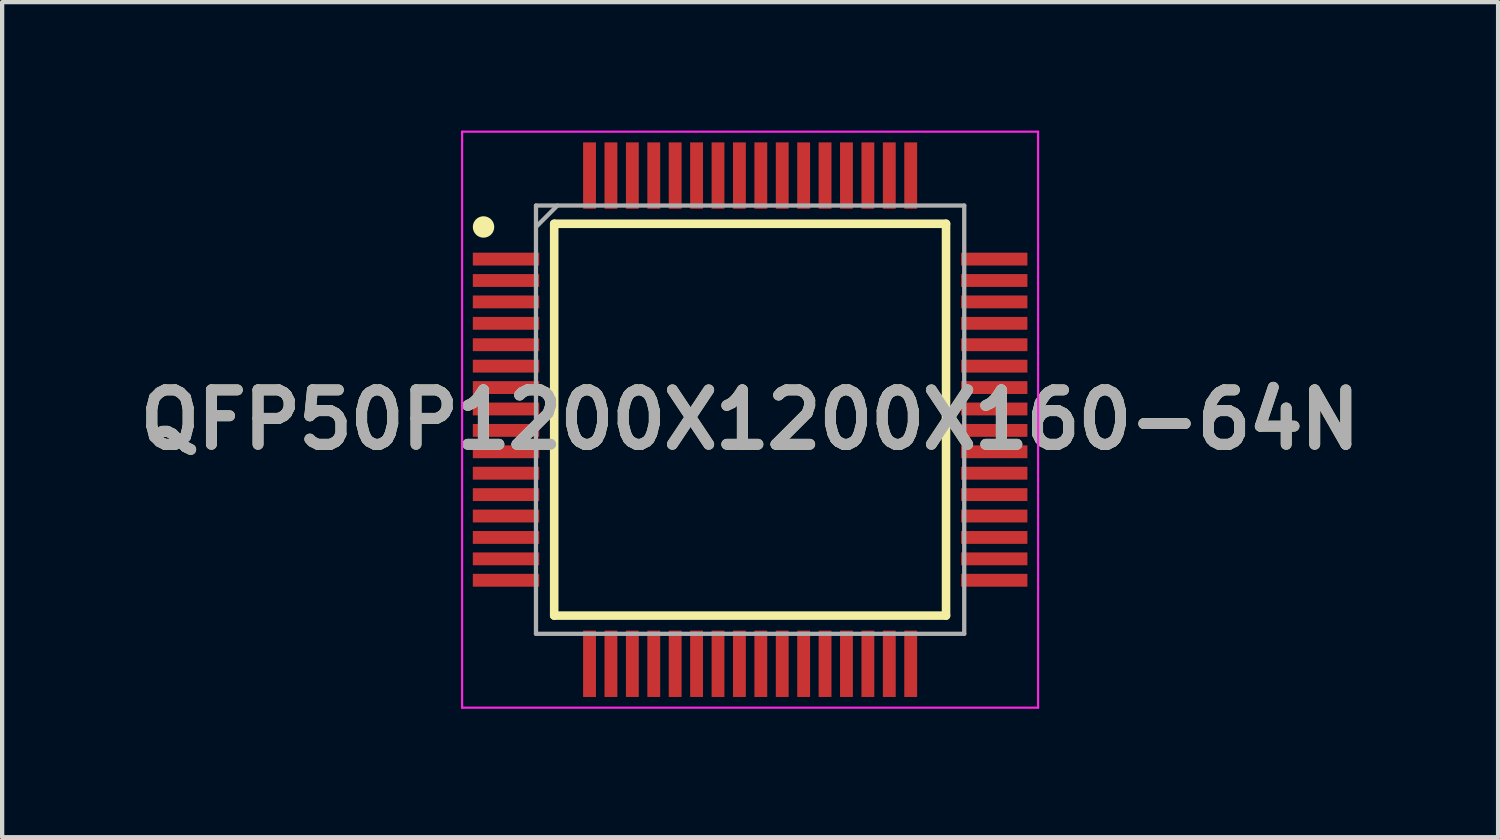
<source format=kicad_pcb>
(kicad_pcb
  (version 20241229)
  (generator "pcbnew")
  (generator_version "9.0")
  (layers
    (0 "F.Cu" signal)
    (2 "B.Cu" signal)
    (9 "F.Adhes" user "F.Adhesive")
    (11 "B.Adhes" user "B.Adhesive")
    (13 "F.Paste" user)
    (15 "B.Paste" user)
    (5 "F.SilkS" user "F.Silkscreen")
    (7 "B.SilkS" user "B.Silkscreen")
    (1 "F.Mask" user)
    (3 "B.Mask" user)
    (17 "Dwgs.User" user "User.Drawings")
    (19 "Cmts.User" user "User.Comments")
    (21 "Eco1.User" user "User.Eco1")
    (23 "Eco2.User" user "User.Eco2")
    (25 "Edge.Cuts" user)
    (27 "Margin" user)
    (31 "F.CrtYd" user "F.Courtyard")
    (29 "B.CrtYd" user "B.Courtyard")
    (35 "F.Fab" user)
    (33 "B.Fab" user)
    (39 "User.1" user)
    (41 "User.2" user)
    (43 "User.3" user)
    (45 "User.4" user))
  (footprint "QFP50P1200X1200X160-64N"
    (layer "F.Cu")
    (at 14.466 6.75)
    (property "Reference" "QFP50P1200X1200X160-64N" (at 0 0 0) (layer "F.SilkS") (effects (font (size 1.27 1.27) (thickness 0.254))))
    (attr smd)
    (fp_line (start -4.575 -4.575) (end 4.575 -4.575) (stroke (width 0.2) (type solid)) (layer "F.SilkS"))
    (fp_line (start -4.575 4.575) (end -4.575 -4.575) (stroke (width 0.2) (type solid)) (layer "F.SilkS"))
    (fp_line (start 4.575 -4.575) (end 4.575 4.575) (stroke (width 0.2) (type solid)) (layer "F.SilkS"))
    (fp_line (start 4.575 4.575) (end -4.575 4.575) (stroke (width 0.2) (type solid)) (layer "F.SilkS"))
    (fp_circle (center -6.225 -4.5) (end -6.225 -4.375) (stroke (width 0.25) (type solid)) (fill no) (layer "F.SilkS"))
    (fp_line (start -6.725 -6.725) (end 6.725 -6.725) (stroke (width 0.05) (type solid)) (layer "F.CrtYd"))
    (fp_line (start -6.725 6.725) (end -6.725 -6.725) (stroke (width 0.05) (type solid)) (layer "F.CrtYd"))
    (fp_line (start 6.725 -6.725) (end 6.725 6.725) (stroke (width 0.05) (type solid)) (layer "F.CrtYd"))
    (fp_line (start 6.725 6.725) (end -6.725 6.725) (stroke (width 0.05) (type solid)) (layer "F.CrtYd"))
    (fp_line (start -5 -5) (end 5 -5) (stroke (width 0.1) (type solid)) (layer "F.Fab"))
    (fp_line (start -5 -4.5) (end -4.5 -5) (stroke (width 0.1) (type solid)) (layer "F.Fab"))
    (fp_line (start -5 5) (end -5 -5) (stroke (width 0.1) (type solid)) (layer "F.Fab"))
    (fp_line (start 5 -5) (end 5 5) (stroke (width 0.1) (type solid)) (layer "F.Fab"))
    (fp_line (start 5 5) (end -5 5) (stroke (width 0.1) (type solid)) (layer "F.Fab"))
    (fp_text user "${REFERENCE}" (at 0 0 0) (layer "F.Fab") (effects (font (size 1.27 1.27) (thickness 0.254))))
    (pad "1" smd rect (at -5.7 -3.75 90) (size 0.3 1.55) (layers "F.Cu" "F.Mask" "F.Paste"))
    (pad "2" smd rect (at -5.7 -3.25 90) (size 0.3 1.55) (layers "F.Cu" "F.Mask" "F.Paste"))
    (pad "3" smd rect (at -5.7 -2.75 90) (size 0.3 1.55) (layers "F.Cu" "F.Mask" "F.Paste"))
    (pad "4" smd rect (at -5.7 -2.25 90) (size 0.3 1.55) (layers "F.Cu" "F.Mask" "F.Paste"))
    (pad "5" smd rect (at -5.7 -1.75 90) (size 0.3 1.55) (layers "F.Cu" "F.Mask" "F.Paste"))
    (pad "6" smd rect (at -5.7 -1.25 90) (size 0.3 1.55) (layers "F.Cu" "F.Mask" "F.Paste"))
    (pad "7" smd rect (at -5.7 -0.75 90) (size 0.3 1.55) (layers "F.Cu" "F.Mask" "F.Paste"))
    (pad "8" smd rect (at -5.7 -0.25 90) (size 0.3 1.55) (layers "F.Cu" "F.Mask" "F.Paste"))
    (pad "9" smd rect (at -5.7 0.25 90) (size 0.3 1.55) (layers "F.Cu" "F.Mask" "F.Paste"))
    (pad "10" smd rect (at -5.7 0.75 90) (size 0.3 1.55) (layers "F.Cu" "F.Mask" "F.Paste"))
    (pad "11" smd rect (at -5.7 1.25 90) (size 0.3 1.55) (layers "F.Cu" "F.Mask" "F.Paste"))
    (pad "12" smd rect (at -5.7 1.75 90) (size 0.3 1.55) (layers "F.Cu" "F.Mask" "F.Paste"))
    (pad "13" smd rect (at -5.7 2.25 90) (size 0.3 1.55) (layers "F.Cu" "F.Mask" "F.Paste"))
    (pad "14" smd rect (at -5.7 2.75 90) (size 0.3 1.55) (layers "F.Cu" "F.Mask" "F.Paste"))
    (pad "15" smd rect (at -5.7 3.25 90) (size 0.3 1.55) (layers "F.Cu" "F.Mask" "F.Paste"))
    (pad "16" smd rect (at -5.7 3.75 90) (size 0.3 1.55) (layers "F.Cu" "F.Mask" "F.Paste"))
    (pad "17" smd rect (at -3.75 5.7) (size 0.3 1.55) (layers "F.Cu" "F.Mask" "F.Paste"))
    (pad "18" smd rect (at -3.25 5.7) (size 0.3 1.55) (layers "F.Cu" "F.Mask" "F.Paste"))
    (pad "19" smd rect (at -2.75 5.7) (size 0.3 1.55) (layers "F.Cu" "F.Mask" "F.Paste"))
    (pad "20" smd rect (at -2.25 5.7) (size 0.3 1.55) (layers "F.Cu" "F.Mask" "F.Paste"))
    (pad "21" smd rect (at -1.75 5.7) (size 0.3 1.55) (layers "F.Cu" "F.Mask" "F.Paste"))
    (pad "22" smd rect (at -1.25 5.7) (size 0.3 1.55) (layers "F.Cu" "F.Mask" "F.Paste"))
    (pad "23" smd rect (at -0.75 5.7) (size 0.3 1.55) (layers "F.Cu" "F.Mask" "F.Paste"))
    (pad "24" smd rect (at -0.25 5.7) (size 0.3 1.55) (layers "F.Cu" "F.Mask" "F.Paste"))
    (pad "25" smd rect (at 0.25 5.7) (size 0.3 1.55) (layers "F.Cu" "F.Mask" "F.Paste"))
    (pad "26" smd rect (at 0.75 5.7) (size 0.3 1.55) (layers "F.Cu" "F.Mask" "F.Paste"))
    (pad "27" smd rect (at 1.25 5.7) (size 0.3 1.55) (layers "F.Cu" "F.Mask" "F.Paste"))
    (pad "28" smd rect (at 1.75 5.7) (size 0.3 1.55) (layers "F.Cu" "F.Mask" "F.Paste"))
    (pad "29" smd rect (at 2.25 5.7) (size 0.3 1.55) (layers "F.Cu" "F.Mask" "F.Paste"))
    (pad "30" smd rect (at 2.75 5.7) (size 0.3 1.55) (layers "F.Cu" "F.Mask" "F.Paste"))
    (pad "31" smd rect (at 3.25 5.7) (size 0.3 1.55) (layers "F.Cu" "F.Mask" "F.Paste"))
    (pad "32" smd rect (at 3.75 5.7) (size 0.3 1.55) (layers "F.Cu" "F.Mask" "F.Paste"))
    (pad "33" smd rect (at 5.7 3.75 90) (size 0.3 1.55) (layers "F.Cu" "F.Mask" "F.Paste"))
    (pad "34" smd rect (at 5.7 3.25 90) (size 0.3 1.55) (layers "F.Cu" "F.Mask" "F.Paste"))
    (pad "35" smd rect (at 5.7 2.75 90) (size 0.3 1.55) (layers "F.Cu" "F.Mask" "F.Paste"))
    (pad "36" smd rect (at 5.7 2.25 90) (size 0.3 1.55) (layers "F.Cu" "F.Mask" "F.Paste"))
    (pad "37" smd rect (at 5.7 1.75 90) (size 0.3 1.55) (layers "F.Cu" "F.Mask" "F.Paste"))
    (pad "38" smd rect (at 5.7 1.25 90) (size 0.3 1.55) (layers "F.Cu" "F.Mask" "F.Paste"))
    (pad "39" smd rect (at 5.7 0.75 90) (size 0.3 1.55) (layers "F.Cu" "F.Mask" "F.Paste"))
    (pad "40" smd rect (at 5.7 0.25 90) (size 0.3 1.55) (layers "F.Cu" "F.Mask" "F.Paste"))
    (pad "41" smd rect (at 5.7 -0.25 90) (size 0.3 1.55) (layers "F.Cu" "F.Mask" "F.Paste"))
    (pad "42" smd rect (at 5.7 -0.75 90) (size 0.3 1.55) (layers "F.Cu" "F.Mask" "F.Paste"))
    (pad "43" smd rect (at 5.7 -1.25 90) (size 0.3 1.55) (layers "F.Cu" "F.Mask" "F.Paste"))
    (pad "44" smd rect (at 5.7 -1.75 90) (size 0.3 1.55) (layers "F.Cu" "F.Mask" "F.Paste"))
    (pad "45" smd rect (at 5.7 -2.25 90) (size 0.3 1.55) (layers "F.Cu" "F.Mask" "F.Paste"))
    (pad "46" smd rect (at 5.7 -2.75 90) (size 0.3 1.55) (layers "F.Cu" "F.Mask" "F.Paste"))
    (pad "47" smd rect (at 5.7 -3.25 90) (size 0.3 1.55) (layers "F.Cu" "F.Mask" "F.Paste"))
    (pad "48" smd rect (at 5.7 -3.75 90) (size 0.3 1.55) (layers "F.Cu" "F.Mask" "F.Paste"))
    (pad "49" smd rect (at 3.75 -5.7) (size 0.3 1.55) (layers "F.Cu" "F.Mask" "F.Paste"))
    (pad "50" smd rect (at 3.25 -5.7) (size 0.3 1.55) (layers "F.Cu" "F.Mask" "F.Paste"))
    (pad "51" smd rect (at 2.75 -5.7) (size 0.3 1.55) (layers "F.Cu" "F.Mask" "F.Paste"))
    (pad "52" smd rect (at 2.25 -5.7) (size 0.3 1.55) (layers "F.Cu" "F.Mask" "F.Paste"))
    (pad "53" smd rect (at 1.75 -5.7) (size 0.3 1.55) (layers "F.Cu" "F.Mask" "F.Paste"))
    (pad "54" smd rect (at 1.25 -5.7) (size 0.3 1.55) (layers "F.Cu" "F.Mask" "F.Paste"))
    (pad "55" smd rect (at 0.75 -5.7) (size 0.3 1.55) (layers "F.Cu" "F.Mask" "F.Paste"))
    (pad "56" smd rect (at 0.25 -5.7) (size 0.3 1.55) (layers "F.Cu" "F.Mask" "F.Paste"))
    (pad "57" smd rect (at -0.25 -5.7) (size 0.3 1.55) (layers "F.Cu" "F.Mask" "F.Paste"))
    (pad "58" smd rect (at -0.75 -5.7) (size 0.3 1.55) (layers "F.Cu" "F.Mask" "F.Paste"))
    (pad "59" smd rect (at -1.25 -5.7) (size 0.3 1.55) (layers "F.Cu" "F.Mask" "F.Paste"))
    (pad "60" smd rect (at -1.75 -5.7) (size 0.3 1.55) (layers "F.Cu" "F.Mask" "F.Paste"))
    (pad "61" smd rect (at -2.25 -5.7) (size 0.3 1.55) (layers "F.Cu" "F.Mask" "F.Paste"))
    (pad "62" smd rect (at -2.75 -5.7) (size 0.3 1.55) (layers "F.Cu" "F.Mask" "F.Paste"))
    (pad "63" smd rect (at -3.25 -5.7) (size 0.3 1.55) (layers "F.Cu" "F.Mask" "F.Paste"))
    (pad "64" smd rect (at -3.75 -5.7) (size 0.3 1.55) (layers "F.Cu" "F.Mask" "F.Paste")))
  (gr_rect
    (start -3 -3)
    (end 31.932 16.5)
    (stroke (width 0.1) (type default))
    (fill no)
    (layer "Edge.Cuts")))
</source>
